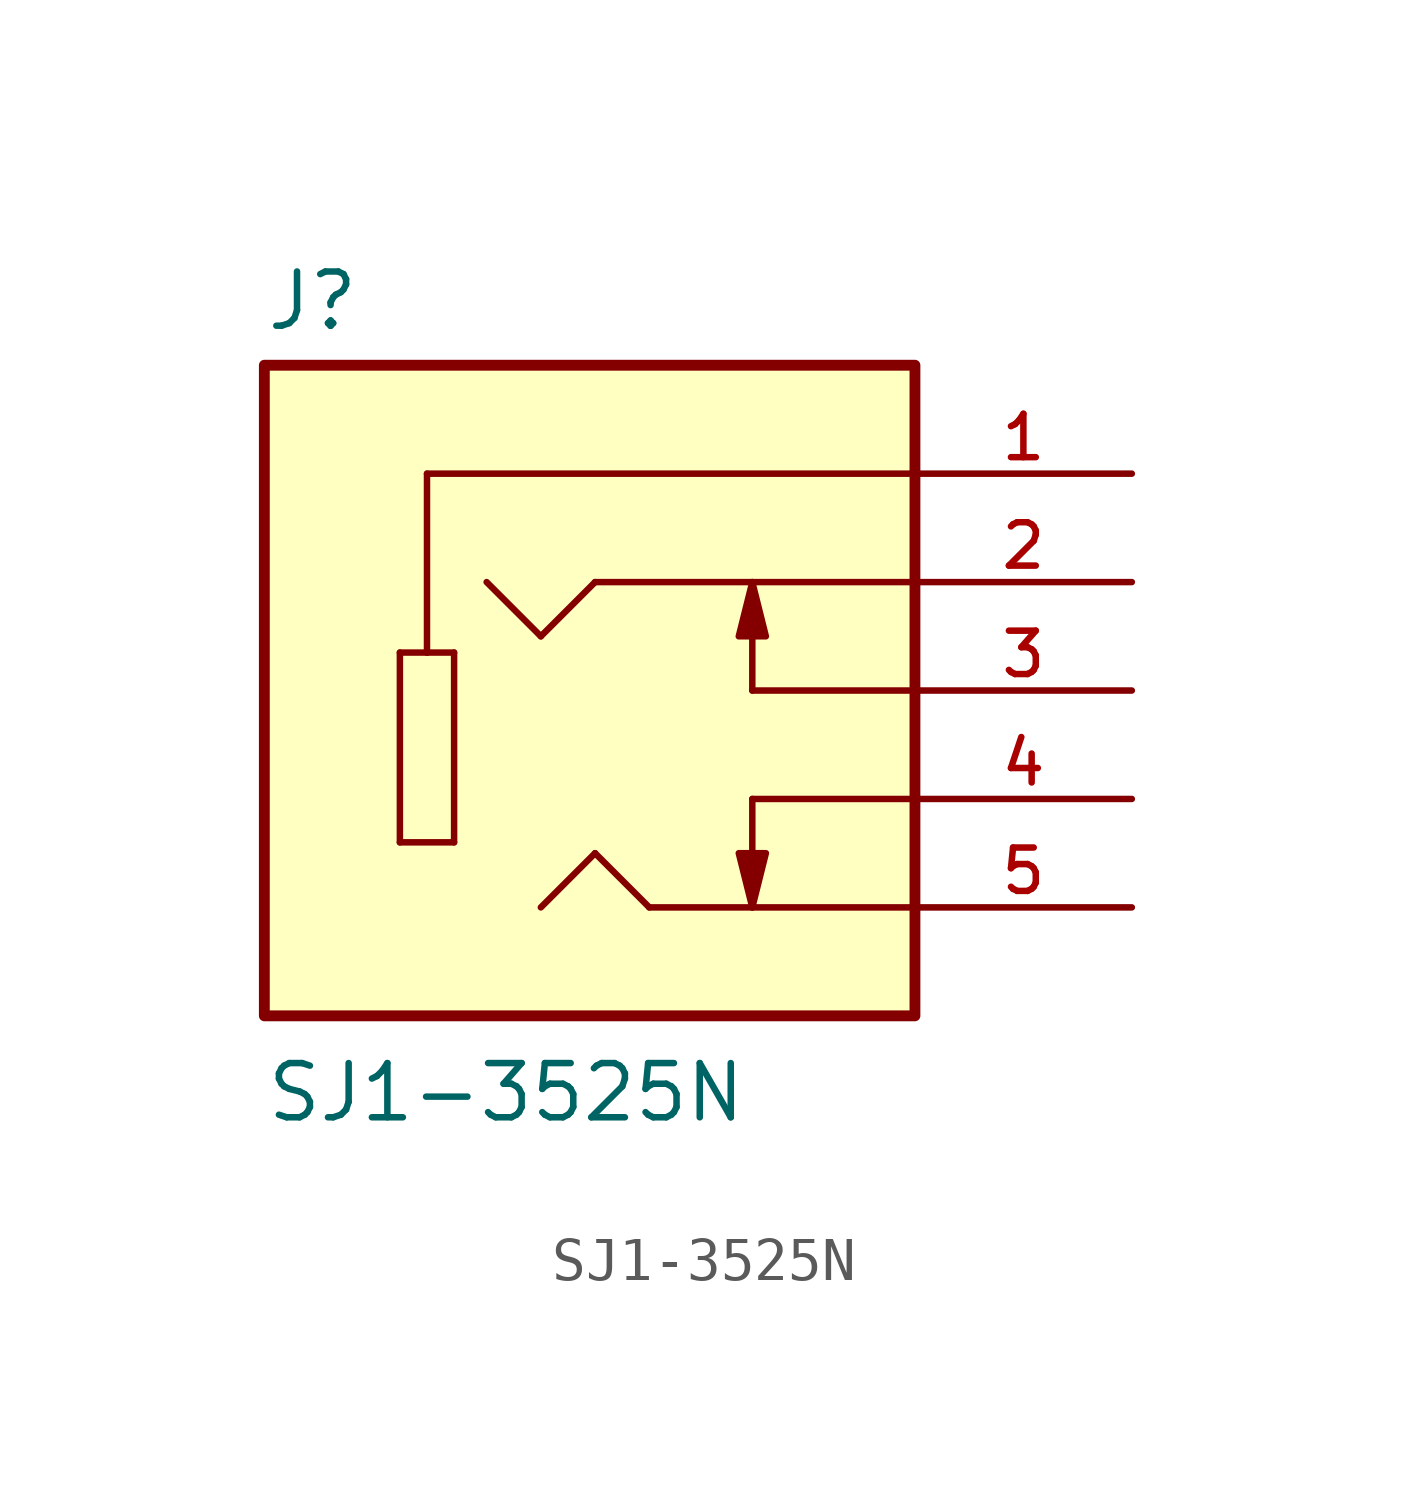
<source format=kicad_sym>
(kicad_symbol_lib
  (version 20220914)
  (generator kicad_symbol_editor)
  (symbol "SJ1-3525N"
    (pin_names
      (offset 1.016))
    (property "Reference" "J"
      (at -7.62 8.382 0)
      (effects (font (size 1.27 1.27)) (justify left bottom)))
    (property "Value" "SJ1-3525N"
      (at -7.62 -10.16 0)
      (effects (font (size 1.27 1.27)) (justify left bottom)))
    (symbol "SJ1-3525N_0_0"
      (rectangle (start -7.62 -7.62) (end 7.62 7.62) (stroke (width 0.254) (type default)) (fill (type background)))
      (polyline (pts (xy -4.445 -3.556) (xy -4.445 0.889)) (stroke (width 0.152) (type default)) (fill (type none)))
      (polyline (pts (xy -4.445 0.889) (xy -3.81 0.889)) (stroke (width 0.152) (type default)) (fill (type none)))
      (polyline (pts (xy -3.81 0.889) (xy -3.175 0.889)) (stroke (width 0.152) (type default)) (fill (type none)))
      (polyline (pts (xy -3.81 5.08) (xy -3.81 0.889)) (stroke (width 0.152) (type default)) (fill (type none)))
      (polyline (pts (xy -3.175 -3.556) (xy -4.445 -3.556)) (stroke (width 0.152) (type default)) (fill (type none)))
      (polyline (pts (xy -3.175 0.889) (xy -3.175 -3.556)) (stroke (width 0.152) (type default)) (fill (type none)))
      (polyline (pts (xy -1.143 1.27) (xy -2.413 2.54)) (stroke (width 0.152) (type default)) (fill (type none)))
      (polyline (pts (xy 0.127 -3.81) (xy -1.143 -5.08)) (stroke (width 0.152) (type default)) (fill (type none)))
      (polyline (pts (xy 0.127 2.54) (xy -1.143 1.27)) (stroke (width 0.152) (type default)) (fill (type none)))
      (polyline (pts (xy 1.397 -5.08) (xy 0.127 -3.81)) (stroke (width 0.152) (type default)) (fill (type none)))
      (polyline (pts (xy 3.81 -2.54) (xy 3.81 -5.08)) (stroke (width 0.152) (type default)) (fill (type none)))
      (polyline (pts (xy 3.81 0) (xy 3.81 2.54)) (stroke (width 0.152) (type default)) (fill (type none)))
      (polyline (pts (xy 7.62 -5.08) (xy 1.397 -5.08)) (stroke (width 0.152) (type default)) (fill (type none)))
      (polyline (pts (xy 7.62 -2.54) (xy 3.81 -2.54)) (stroke (width 0.152) (type default)) (fill (type none)))
      (polyline (pts (xy 7.62 0) (xy 3.81 0)) (stroke (width 0.152) (type default)) (fill (type none)))
      (polyline (pts (xy 7.62 2.54) (xy 0.127 2.54)) (stroke (width 0.152) (type default)) (fill (type none)))
      (polyline (pts (xy 7.62 5.08) (xy -3.81 5.08)) (stroke (width 0.152) (type default)) (fill (type none)))
      (polyline (pts (xy 3.81 -5.08) (xy 3.493 -3.81) (xy 4.128 -3.81) (xy 3.81 -5.08)) (stroke (width 0.152) (type default)) (fill (type outline)))
      (polyline (pts (xy 3.81 2.54) (xy 4.128 1.27) (xy 3.493 1.27) (xy 3.81 2.54)) (stroke (width 0.152) (type default)) (fill (type outline)))
      (pin passive line (at 12.7 5.08 180) (length 5.08) (name "~" (effects (font (size 1.016 1.016)))) (number "1" (effects (font (size 1.016 1.016))))))
    (symbol "SJ1-3525N_1_0"
      (pin passive line (at 12.7 2.54 180) (length 5.08) (name "~" (effects (font (size 1.016 1.016)))) (number "2" (effects (font (size 1.016 1.016)))))
      (pin passive line (at 12.7 0 180) (length 5.08) (name "~" (effects (font (size 1.016 1.016)))) (number "3" (effects (font (size 1.016 1.016)))))
      (pin passive line (at 12.7 -2.54 180) (length 5.08) (name "~" (effects (font (size 1.016 1.016)))) (number "4" (effects (font (size 1.016 1.016)))))
      (pin passive line (at 12.7 -5.08 180) (length 5.08) (name "~" (effects (font (size 1.016 1.016)))) (number "5" (effects (font (size 1.016 1.016))))))))
</source>
